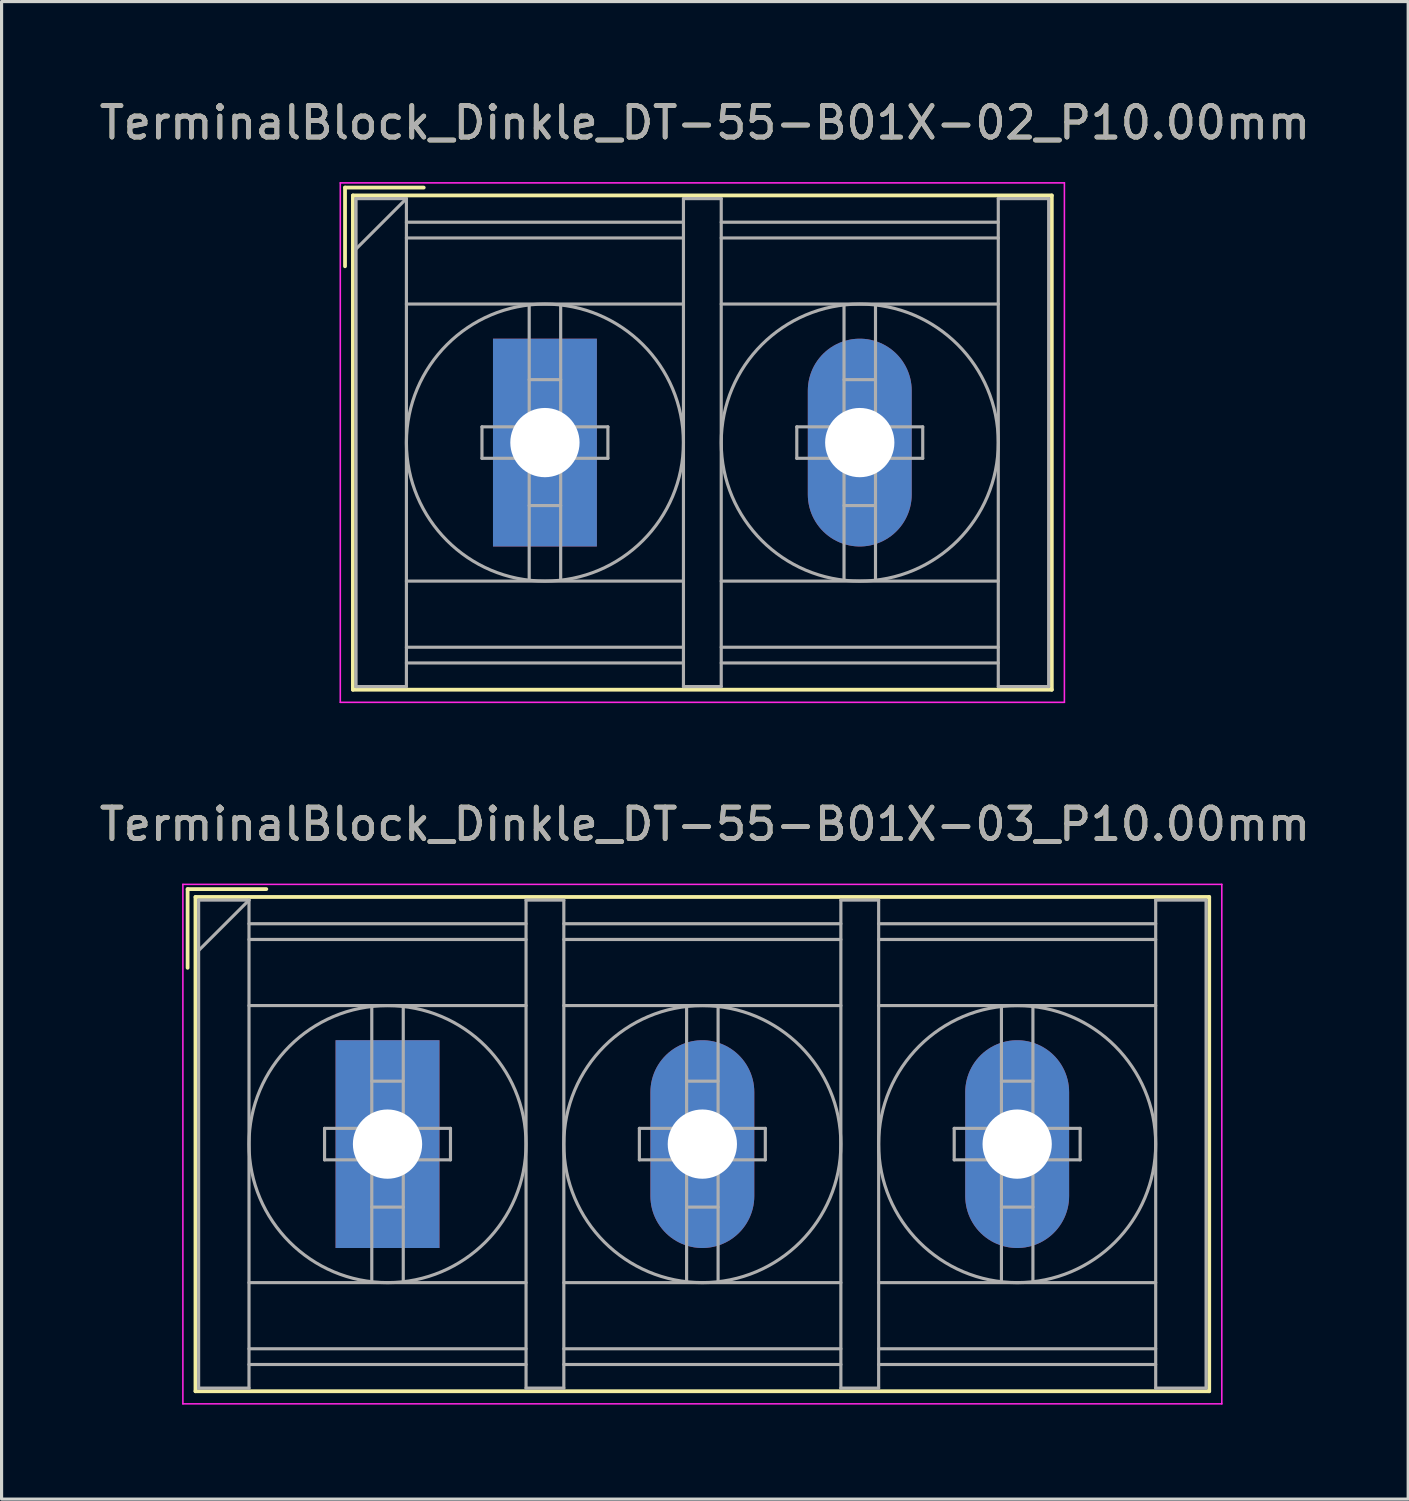
<source format=kicad_pcb>
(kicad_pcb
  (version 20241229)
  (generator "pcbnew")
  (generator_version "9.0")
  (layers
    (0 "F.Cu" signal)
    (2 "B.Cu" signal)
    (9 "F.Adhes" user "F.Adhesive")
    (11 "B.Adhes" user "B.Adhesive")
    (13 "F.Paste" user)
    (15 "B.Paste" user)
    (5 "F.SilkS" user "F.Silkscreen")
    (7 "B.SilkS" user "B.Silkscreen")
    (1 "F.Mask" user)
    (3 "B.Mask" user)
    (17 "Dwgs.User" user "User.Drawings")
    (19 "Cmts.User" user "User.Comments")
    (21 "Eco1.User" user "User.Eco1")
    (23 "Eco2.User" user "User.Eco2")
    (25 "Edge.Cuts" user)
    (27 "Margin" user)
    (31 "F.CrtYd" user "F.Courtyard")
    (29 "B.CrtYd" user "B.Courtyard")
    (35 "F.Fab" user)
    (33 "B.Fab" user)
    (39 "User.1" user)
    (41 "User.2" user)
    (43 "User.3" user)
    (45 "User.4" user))
  (footprint "TerminalBlock_Dinkle_DT-55-B01X-02_P10.00mm"
    (layer "F.Cu")
    (at 14.259 11.008)
    (property "Reference" "TerminalBlock_Dinkle_DT-55-B01X-02_P10.00mm" (at 5.08 -10.16 0) (layer "F.SilkS") (effects (font (size 1 1) (thickness 0.15))))
    (attr through_hole)
    (fp_line (start -6.35 -8.1) (end -3.85 -8.1) (stroke (width 0.12) (type solid)) (layer "F.SilkS"))
    (fp_line (start -6.35 -5.6) (end -6.35 -8.1) (stroke (width 0.12) (type solid)) (layer "F.SilkS"))
    (fp_line (start -6.1 -7.85) (end 16.1 -7.85) (stroke (width 0.12) (type solid)) (layer "F.SilkS"))
    (fp_line (start -6.1 7.85) (end -6.1 -7.85) (stroke (width 0.12) (type solid)) (layer "F.SilkS"))
    (fp_line (start -6.1 7.85) (end 16.1 7.85) (stroke (width 0.12) (type solid)) (layer "F.SilkS"))
    (fp_line (start 16.1 -7.85) (end 16.1 7.85) (stroke (width 0.12) (type solid)) (layer "F.SilkS"))
    (fp_line (start -6.5 -8.25) (end 16.5 -8.25) (stroke (width 0.05) (type solid)) (layer "F.CrtYd"))
    (fp_line (start -6.5 8.25) (end -6.5 -8.25) (stroke (width 0.05) (type solid)) (layer "F.CrtYd"))
    (fp_line (start -6.5 8.25) (end 16.5 8.25) (stroke (width 0.05) (type solid)) (layer "F.CrtYd"))
    (fp_line (start 16.5 -8.25) (end 16.5 8.25) (stroke (width 0.05) (type solid)) (layer "F.CrtYd"))
    (fp_line (start -6 -7.75) (end -6 7.75) (stroke (width 0.1) (type solid)) (layer "F.Fab"))
    (fp_line (start -6 -7.75) (end -4.4 -7.75) (stroke (width 0.1) (type solid)) (layer "F.Fab"))
    (fp_line (start -6 7.75) (end -4.4 7.75) (stroke (width 0.1) (type solid)) (layer "F.Fab"))
    (fp_line (start -4.4 -7.75) (end -6 -6.15) (stroke (width 0.1) (type solid)) (layer "F.Fab"))
    (fp_line (start -4.4 -7.75) (end -4.4 7.75) (stroke (width 0.1) (type solid)) (layer "F.Fab"))
    (fp_line (start -4.4 -7) (end 4.4 -7) (stroke (width 0.1) (type solid)) (layer "F.Fab"))
    (fp_line (start -4.4 -6.5) (end 4.4 -6.5) (stroke (width 0.1) (type solid)) (layer "F.Fab"))
    (fp_line (start -4.4 -4.4) (end 4.4 -4.4) (stroke (width 0.1) (type solid)) (layer "F.Fab"))
    (fp_line (start -4.4 4.4) (end 4.4 4.4) (stroke (width 0.1) (type solid)) (layer "F.Fab"))
    (fp_line (start -4.4 6.5) (end 4.4 6.5) (stroke (width 0.1) (type solid)) (layer "F.Fab"))
    (fp_line (start -4.4 7) (end 4.4 7) (stroke (width 0.1) (type solid)) (layer "F.Fab"))
    (fp_line (start -2 -0.5) (end -2 0.5) (stroke (width 0.1) (type solid)) (layer "F.Fab"))
    (fp_line (start -2 0.5) (end -0.5 0.5) (stroke (width 0.1) (type solid)) (layer "F.Fab"))
    (fp_line (start -0.5 -4.35) (end -0.5 -0.5) (stroke (width 0.1) (type solid)) (layer "F.Fab"))
    (fp_line (start -0.5 -2) (end 0.5 -2) (stroke (width 0.1) (type solid)) (layer "F.Fab"))
    (fp_line (start -0.5 -0.5) (end -2 -0.5) (stroke (width 0.1) (type solid)) (layer "F.Fab"))
    (fp_line (start -0.5 0.5) (end -0.5 4.35) (stroke (width 0.1) (type solid)) (layer "F.Fab"))
    (fp_line (start -0.5 2) (end 0.5 2) (stroke (width 0.1) (type solid)) (layer "F.Fab"))
    (fp_line (start 0.5 -4.35) (end 0.5 -0.5) (stroke (width 0.1) (type solid)) (layer "F.Fab"))
    (fp_line (start 0.5 -0.5) (end 2 -0.5) (stroke (width 0.1) (type solid)) (layer "F.Fab"))
    (fp_line (start 0.5 0.5) (end 0.5 4.35) (stroke (width 0.1) (type solid)) (layer "F.Fab"))
    (fp_line (start 2 -0.5) (end 2 0.5) (stroke (width 0.1) (type solid)) (layer "F.Fab"))
    (fp_line (start 2 0.5) (end 0.5 0.5) (stroke (width 0.1) (type solid)) (layer "F.Fab"))
    (fp_line (start 4.4 -7.75) (end 4.4 7.75) (stroke (width 0.1) (type solid)) (layer "F.Fab"))
    (fp_line (start 4.4 -7.75) (end 5.6 -7.75) (stroke (width 0.1) (type solid)) (layer "F.Fab"))
    (fp_line (start 4.4 7.75) (end 5.6 7.75) (stroke (width 0.1) (type solid)) (layer "F.Fab"))
    (fp_line (start 5.6 -7.75) (end 5.6 7.75) (stroke (width 0.1) (type solid)) (layer "F.Fab"))
    (fp_line (start 5.6 -7) (end 14.4 -7) (stroke (width 0.1) (type solid)) (layer "F.Fab"))
    (fp_line (start 5.6 -6.5) (end 14.4 -6.5) (stroke (width 0.1) (type solid)) (layer "F.Fab"))
    (fp_line (start 5.6 -4.4) (end 14.4 -4.4) (stroke (width 0.1) (type solid)) (layer "F.Fab"))
    (fp_line (start 5.6 4.4) (end 14.4 4.4) (stroke (width 0.1) (type solid)) (layer "F.Fab"))
    (fp_line (start 5.6 6.5) (end 14.4 6.5) (stroke (width 0.1) (type solid)) (layer "F.Fab"))
    (fp_line (start 5.6 7) (end 14.4 7) (stroke (width 0.1) (type solid)) (layer "F.Fab"))
    (fp_line (start 8 -0.5) (end 8 0.5) (stroke (width 0.1) (type solid)) (layer "F.Fab"))
    (fp_line (start 8 0.5) (end 9.5 0.5) (stroke (width 0.1) (type solid)) (layer "F.Fab"))
    (fp_line (start 9.5 -4.35) (end 9.5 -0.5) (stroke (width 0.1) (type solid)) (layer "F.Fab"))
    (fp_line (start 9.5 -2) (end 10.5 -2) (stroke (width 0.1) (type solid)) (layer "F.Fab"))
    (fp_line (start 9.5 -0.5) (end 8 -0.5) (stroke (width 0.1) (type solid)) (layer "F.Fab"))
    (fp_line (start 9.5 0.5) (end 9.5 4.35) (stroke (width 0.1) (type solid)) (layer "F.Fab"))
    (fp_line (start 9.5 2) (end 10.5 2) (stroke (width 0.1) (type solid)) (layer "F.Fab"))
    (fp_line (start 10.5 -4.35) (end 10.5 -0.5) (stroke (width 0.1) (type solid)) (layer "F.Fab"))
    (fp_line (start 10.5 -0.5) (end 12 -0.5) (stroke (width 0.1) (type solid)) (layer "F.Fab"))
    (fp_line (start 10.5 0.5) (end 10.5 4.35) (stroke (width 0.1) (type solid)) (layer "F.Fab"))
    (fp_line (start 12 -0.5) (end 12 0.5) (stroke (width 0.1) (type solid)) (layer "F.Fab"))
    (fp_line (start 12 0.5) (end 10.5 0.5) (stroke (width 0.1) (type solid)) (layer "F.Fab"))
    (fp_line (start 14.4 -7.75) (end 14.4 7.75) (stroke (width 0.1) (type solid)) (layer "F.Fab"))
    (fp_line (start 14.4 -7.75) (end 16 -7.75) (stroke (width 0.1) (type solid)) (layer "F.Fab"))
    (fp_line (start 14.4 7.75) (end 16 7.75) (stroke (width 0.1) (type solid)) (layer "F.Fab"))
    (fp_line (start 16 -7.75) (end 16 7.75) (stroke (width 0.1) (type solid)) (layer "F.Fab"))
    (fp_circle (center 0 0) (end 0.5 0.5) (stroke (width 0.1) (type solid)) (fill no) (layer "F.Fab"))
    (fp_circle (center 0 0) (end 4.4 0) (stroke (width 0.1) (type solid)) (fill no) (layer "F.Fab"))
    (fp_circle (center 10 0) (end 10.5 0.5) (stroke (width 0.1) (type solid)) (fill no) (layer "F.Fab"))
    (fp_circle (center 10 0) (end 14.4 0) (stroke (width 0.1) (type solid)) (fill no) (layer "F.Fab"))
    (fp_text user "${REFERENCE}" (at 5.08 -10.16 0) (layer "F.Fab") (effects (font (size 1 1) (thickness 0.15))))
    (pad "1" thru_hole rect (at 0 0) (size 3.3 6.6) (drill 2.2) (layers "*.Cu" "*.Mask"))
    (pad "2" thru_hole oval (at 10 0) (size 3.3 6.6) (drill 2.2) (layers "*.Cu" "*.Mask")))
  (footprint "TerminalBlock_Dinkle_DT-55-B01X-03_P10.00mm"
    (layer "F.Cu")
    (at 9.259 33.291)
    (property "Reference" "TerminalBlock_Dinkle_DT-55-B01X-03_P10.00mm" (at 10.08 -10.16 0) (layer "F.SilkS") (effects (font (size 1 1) (thickness 0.15))))
    (attr through_hole)
    (fp_line (start -6.35 -8.1) (end -3.85 -8.1) (stroke (width 0.12) (type solid)) (layer "F.SilkS"))
    (fp_line (start -6.35 -5.6) (end -6.35 -8.1) (stroke (width 0.12) (type solid)) (layer "F.SilkS"))
    (fp_line (start -6.1 -7.85) (end 26.1 -7.85) (stroke (width 0.12) (type solid)) (layer "F.SilkS"))
    (fp_line (start -6.1 7.85) (end -6.1 -7.85) (stroke (width 0.12) (type solid)) (layer "F.SilkS"))
    (fp_line (start -6.1 7.85) (end 26.1 7.85) (stroke (width 0.12) (type solid)) (layer "F.SilkS"))
    (fp_line (start 26.1 -7.85) (end 26.1 7.85) (stroke (width 0.12) (type solid)) (layer "F.SilkS"))
    (fp_line (start -6.5 -8.25) (end 26.5 -8.25) (stroke (width 0.05) (type solid)) (layer "F.CrtYd"))
    (fp_line (start -6.5 8.25) (end -6.5 -8.25) (stroke (width 0.05) (type solid)) (layer "F.CrtYd"))
    (fp_line (start -6.5 8.25) (end 26.5 8.25) (stroke (width 0.05) (type solid)) (layer "F.CrtYd"))
    (fp_line (start 26.5 -8.25) (end 26.5 8.25) (stroke (width 0.05) (type solid)) (layer "F.CrtYd"))
    (fp_line (start -6 -7.75) (end -6 7.75) (stroke (width 0.1) (type solid)) (layer "F.Fab"))
    (fp_line (start -6 -7.75) (end -4.4 -7.75) (stroke (width 0.1) (type solid)) (layer "F.Fab"))
    (fp_line (start -6 7.75) (end -4.4 7.75) (stroke (width 0.1) (type solid)) (layer "F.Fab"))
    (fp_line (start -4.4 -7.75) (end -6 -6.15) (stroke (width 0.1) (type solid)) (layer "F.Fab"))
    (fp_line (start -4.4 -7.75) (end -4.4 7.75) (stroke (width 0.1) (type solid)) (layer "F.Fab"))
    (fp_line (start -4.4 -7) (end 4.4 -7) (stroke (width 0.1) (type solid)) (layer "F.Fab"))
    (fp_line (start -4.4 -6.5) (end 4.4 -6.5) (stroke (width 0.1) (type solid)) (layer "F.Fab"))
    (fp_line (start -4.4 -4.4) (end 4.4 -4.4) (stroke (width 0.1) (type solid)) (layer "F.Fab"))
    (fp_line (start -4.4 4.4) (end 4.4 4.4) (stroke (width 0.1) (type solid)) (layer "F.Fab"))
    (fp_line (start -4.4 6.5) (end 4.4 6.5) (stroke (width 0.1) (type solid)) (layer "F.Fab"))
    (fp_line (start -4.4 7) (end 4.4 7) (stroke (width 0.1) (type solid)) (layer "F.Fab"))
    (fp_line (start -2 -0.5) (end -2 0.5) (stroke (width 0.1) (type solid)) (layer "F.Fab"))
    (fp_line (start -2 0.5) (end -0.5 0.5) (stroke (width 0.1) (type solid)) (layer "F.Fab"))
    (fp_line (start -0.5 -4.35) (end -0.5 -0.5) (stroke (width 0.1) (type solid)) (layer "F.Fab"))
    (fp_line (start -0.5 -2) (end 0.5 -2) (stroke (width 0.1) (type solid)) (layer "F.Fab"))
    (fp_line (start -0.5 -0.5) (end -2 -0.5) (stroke (width 0.1) (type solid)) (layer "F.Fab"))
    (fp_line (start -0.5 0.5) (end -0.5 4.35) (stroke (width 0.1) (type solid)) (layer "F.Fab"))
    (fp_line (start -0.5 2) (end 0.5 2) (stroke (width 0.1) (type solid)) (layer "F.Fab"))
    (fp_line (start 0.5 -4.35) (end 0.5 -0.5) (stroke (width 0.1) (type solid)) (layer "F.Fab"))
    (fp_line (start 0.5 -0.5) (end 2 -0.5) (stroke (width 0.1) (type solid)) (layer "F.Fab"))
    (fp_line (start 0.5 0.5) (end 0.5 4.35) (stroke (width 0.1) (type solid)) (layer "F.Fab"))
    (fp_line (start 2 -0.5) (end 2 0.5) (stroke (width 0.1) (type solid)) (layer "F.Fab"))
    (fp_line (start 2 0.5) (end 0.5 0.5) (stroke (width 0.1) (type solid)) (layer "F.Fab"))
    (fp_line (start 4.4 -7.75) (end 4.4 7.75) (stroke (width 0.1) (type solid)) (layer "F.Fab"))
    (fp_line (start 4.4 -7.75) (end 5.6 -7.75) (stroke (width 0.1) (type solid)) (layer "F.Fab"))
    (fp_line (start 4.4 7.75) (end 5.6 7.75) (stroke (width 0.1) (type solid)) (layer "F.Fab"))
    (fp_line (start 5.6 -7.75) (end 5.6 7.75) (stroke (width 0.1) (type solid)) (layer "F.Fab"))
    (fp_line (start 5.6 -7) (end 14.4 -7) (stroke (width 0.1) (type solid)) (layer "F.Fab"))
    (fp_line (start 5.6 -6.5) (end 14.4 -6.5) (stroke (width 0.1) (type solid)) (layer "F.Fab"))
    (fp_line (start 5.6 -4.4) (end 14.4 -4.4) (stroke (width 0.1) (type solid)) (layer "F.Fab"))
    (fp_line (start 5.6 4.4) (end 14.4 4.4) (stroke (width 0.1) (type solid)) (layer "F.Fab"))
    (fp_line (start 5.6 6.5) (end 14.4 6.5) (stroke (width 0.1) (type solid)) (layer "F.Fab"))
    (fp_line (start 5.6 7) (end 14.4 7) (stroke (width 0.1) (type solid)) (layer "F.Fab"))
    (fp_line (start 8 -0.5) (end 8 0.5) (stroke (width 0.1) (type solid)) (layer "F.Fab"))
    (fp_line (start 8 0.5) (end 9.5 0.5) (stroke (width 0.1) (type solid)) (layer "F.Fab"))
    (fp_line (start 9.5 -4.35) (end 9.5 -0.5) (stroke (width 0.1) (type solid)) (layer "F.Fab"))
    (fp_line (start 9.5 -2) (end 10.5 -2) (stroke (width 0.1) (type solid)) (layer "F.Fab"))
    (fp_line (start 9.5 -0.5) (end 8 -0.5) (stroke (width 0.1) (type solid)) (layer "F.Fab"))
    (fp_line (start 9.5 0.5) (end 9.5 4.35) (stroke (width 0.1) (type solid)) (layer "F.Fab"))
    (fp_line (start 9.5 2) (end 10.5 2) (stroke (width 0.1) (type solid)) (layer "F.Fab"))
    (fp_line (start 10.5 -4.35) (end 10.5 -0.5) (stroke (width 0.1) (type solid)) (layer "F.Fab"))
    (fp_line (start 10.5 -0.5) (end 12 -0.5) (stroke (width 0.1) (type solid)) (layer "F.Fab"))
    (fp_line (start 10.5 0.5) (end 10.5 4.35) (stroke (width 0.1) (type solid)) (layer "F.Fab"))
    (fp_line (start 12 -0.5) (end 12 0.5) (stroke (width 0.1) (type solid)) (layer "F.Fab"))
    (fp_line (start 12 0.5) (end 10.5 0.5) (stroke (width 0.1) (type solid)) (layer "F.Fab"))
    (fp_line (start 14.4 -7.75) (end 14.4 7.75) (stroke (width 0.1) (type solid)) (layer "F.Fab"))
    (fp_line (start 14.4 -7.75) (end 15.6 -7.75) (stroke (width 0.1) (type solid)) (layer "F.Fab"))
    (fp_line (start 14.4 7.75) (end 15.6 7.75) (stroke (width 0.1) (type solid)) (layer "F.Fab"))
    (fp_line (start 15.6 -7.75) (end 15.6 7.75) (stroke (width 0.1) (type solid)) (layer "F.Fab"))
    (fp_line (start 15.6 -7) (end 24.4 -7) (stroke (width 0.1) (type solid)) (layer "F.Fab"))
    (fp_line (start 15.6 -6.5) (end 24.4 -6.5) (stroke (width 0.1) (type solid)) (layer "F.Fab"))
    (fp_line (start 15.6 -4.4) (end 24.4 -4.4) (stroke (width 0.1) (type solid)) (layer "F.Fab"))
    (fp_line (start 15.6 4.4) (end 24.4 4.4) (stroke (width 0.1) (type solid)) (layer "F.Fab"))
    (fp_line (start 15.6 6.5) (end 24.4 6.5) (stroke (width 0.1) (type solid)) (layer "F.Fab"))
    (fp_line (start 15.6 7) (end 24.4 7) (stroke (width 0.1) (type solid)) (layer "F.Fab"))
    (fp_line (start 18 -0.5) (end 18 0.5) (stroke (width 0.1) (type solid)) (layer "F.Fab"))
    (fp_line (start 18 0.5) (end 19.5 0.5) (stroke (width 0.1) (type solid)) (layer "F.Fab"))
    (fp_line (start 19.5 -4.35) (end 19.5 -0.5) (stroke (width 0.1) (type solid)) (layer "F.Fab"))
    (fp_line (start 19.5 -2) (end 20.5 -2) (stroke (width 0.1) (type solid)) (layer "F.Fab"))
    (fp_line (start 19.5 -0.5) (end 18 -0.5) (stroke (width 0.1) (type solid)) (layer "F.Fab"))
    (fp_line (start 19.5 0.5) (end 19.5 4.35) (stroke (width 0.1) (type solid)) (layer "F.Fab"))
    (fp_line (start 19.5 2) (end 20.5 2) (stroke (width 0.1) (type solid)) (layer "F.Fab"))
    (fp_line (start 20.5 -4.35) (end 20.5 -0.5) (stroke (width 0.1) (type solid)) (layer "F.Fab"))
    (fp_line (start 20.5 -0.5) (end 22 -0.5) (stroke (width 0.1) (type solid)) (layer "F.Fab"))
    (fp_line (start 20.5 0.5) (end 20.5 4.35) (stroke (width 0.1) (type solid)) (layer "F.Fab"))
    (fp_line (start 22 -0.5) (end 22 0.5) (stroke (width 0.1) (type solid)) (layer "F.Fab"))
    (fp_line (start 22 0.5) (end 20.5 0.5) (stroke (width 0.1) (type solid)) (layer "F.Fab"))
    (fp_line (start 24.4 -7.75) (end 24.4 7.75) (stroke (width 0.1) (type solid)) (layer "F.Fab"))
    (fp_line (start 24.4 -7.75) (end 26 -7.75) (stroke (width 0.1) (type solid)) (layer "F.Fab"))
    (fp_line (start 24.4 7.75) (end 26 7.75) (stroke (width 0.1) (type solid)) (layer "F.Fab"))
    (fp_line (start 26 -7.75) (end 26 7.75) (stroke (width 0.1) (type solid)) (layer "F.Fab"))
    (fp_circle (center 0 0) (end 0.5 0.5) (stroke (width 0.1) (type solid)) (fill no) (layer "F.Fab"))
    (fp_circle (center 0 0) (end 4.4 0) (stroke (width 0.1) (type solid)) (fill no) (layer "F.Fab"))
    (fp_circle (center 10 0) (end 10.5 0.5) (stroke (width 0.1) (type solid)) (fill no) (layer "F.Fab"))
    (fp_circle (center 10 0) (end 14.4 0) (stroke (width 0.1) (type solid)) (fill no) (layer "F.Fab"))
    (fp_circle (center 20 0) (end 20.5 0.5) (stroke (width 0.1) (type solid)) (fill no) (layer "F.Fab"))
    (fp_circle (center 20 0) (end 24.4 0) (stroke (width 0.1) (type solid)) (fill no) (layer "F.Fab"))
    (fp_text user "${REFERENCE}" (at 10.08 -10.16 0) (layer "F.Fab") (effects (font (size 1 1) (thickness 0.15))))
    (pad "1" thru_hole rect (at 0 0) (size 3.3 6.6) (drill 2.2) (layers "*.Cu" "*.Mask"))
    (pad "2" thru_hole oval (at 10 0) (size 3.3 6.6) (drill 2.2) (layers "*.Cu" "*.Mask"))
    (pad "3" thru_hole oval (at 20 0) (size 3.3 6.6) (drill 2.2) (layers "*.Cu" "*.Mask")))
  (gr_rect
    (start -3 -3)
    (end 41.679 44.566)
    (stroke (width 0.1) (type default))
    (fill no)
    (layer "Edge.Cuts")))
</source>
